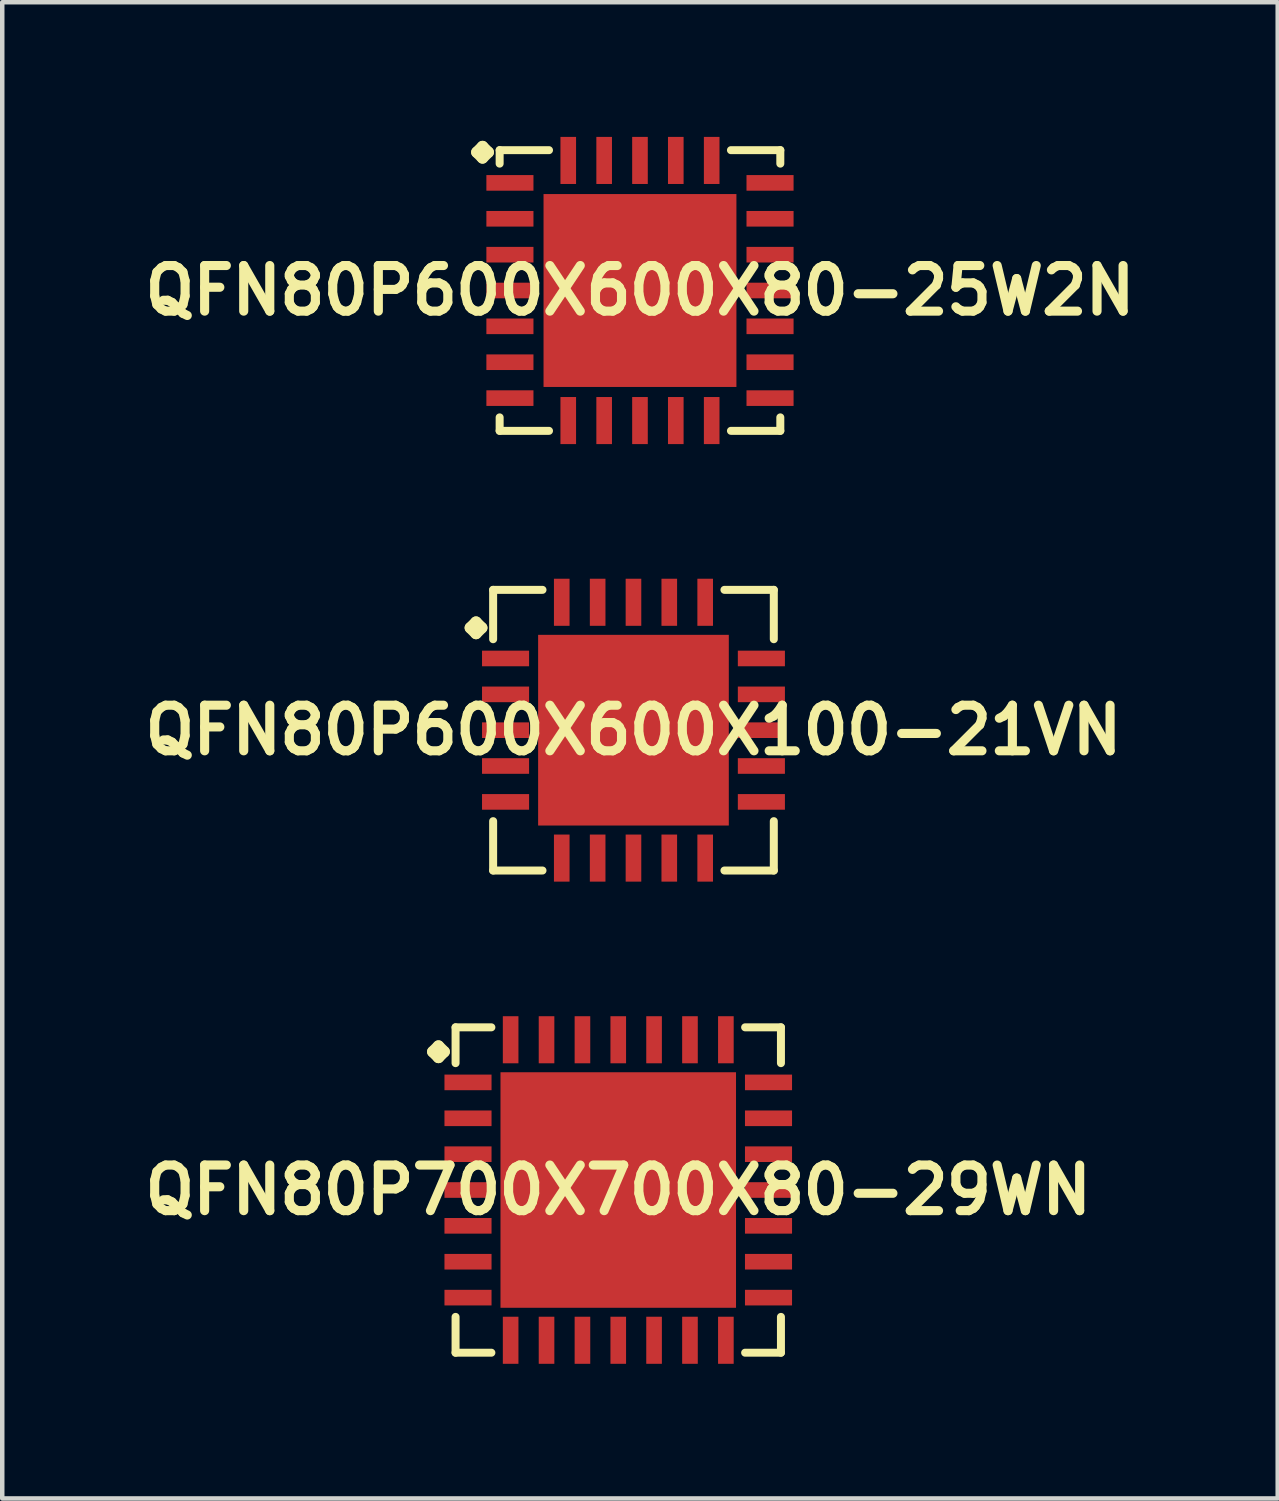
<source format=kicad_pcb>
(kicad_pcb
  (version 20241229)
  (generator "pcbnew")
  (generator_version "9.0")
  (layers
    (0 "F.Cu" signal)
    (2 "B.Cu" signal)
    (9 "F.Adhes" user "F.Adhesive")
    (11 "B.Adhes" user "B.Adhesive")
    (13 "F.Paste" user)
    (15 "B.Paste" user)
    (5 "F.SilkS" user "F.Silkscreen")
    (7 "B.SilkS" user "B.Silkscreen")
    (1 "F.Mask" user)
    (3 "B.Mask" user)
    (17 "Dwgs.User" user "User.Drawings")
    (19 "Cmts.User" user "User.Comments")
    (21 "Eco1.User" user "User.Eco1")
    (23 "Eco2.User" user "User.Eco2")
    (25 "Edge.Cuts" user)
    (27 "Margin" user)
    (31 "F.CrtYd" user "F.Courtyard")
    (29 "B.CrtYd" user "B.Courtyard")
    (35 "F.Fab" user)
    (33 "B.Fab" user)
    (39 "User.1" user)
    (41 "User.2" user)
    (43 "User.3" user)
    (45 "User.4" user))
  (footprint "QFN80P700X700X80-29WN"
    (layer "F.Cu")
    (at 10.726 23.466)
    (property "Reference" "QFN80P700X700X80-29WN" (at 0 0 0) (layer "F.SilkS") (effects (font (size 1.016 1.016) (thickness 0.203))))
    (attr smd)
    (fp_line (start -4.133 -3.081) (end -4.006 -3.208) (stroke (width 0.254) (type solid)) (layer "F.SilkS"))
    (fp_line (start -4.006 -3.208) (end -3.879 -3.081) (stroke (width 0.254) (type solid)) (layer "F.SilkS"))
    (fp_line (start -4.006 -2.954) (end -4.133 -3.081) (stroke (width 0.254) (type solid)) (layer "F.SilkS"))
    (fp_line (start -3.879 -3.081) (end -4.006 -2.954) (stroke (width 0.254) (type solid)) (layer "F.SilkS"))
    (fp_line (start -3.625 -3.625) (end -2.827 -3.625) (stroke (width 0.178) (type solid)) (layer "F.SilkS"))
    (fp_line (start -3.625 -2.827) (end -3.625 -3.625) (stroke (width 0.178) (type solid)) (layer "F.SilkS"))
    (fp_line (start -3.625 2.827) (end -3.625 3.625) (stroke (width 0.178) (type solid)) (layer "F.SilkS"))
    (fp_line (start -3.625 3.625) (end -2.827 3.625) (stroke (width 0.178) (type solid)) (layer "F.SilkS"))
    (fp_line (start 2.827 -3.625) (end 3.625 -3.625) (stroke (width 0.178) (type solid)) (layer "F.SilkS"))
    (fp_line (start 2.827 3.625) (end 3.625 3.625) (stroke (width 0.178) (type solid)) (layer "F.SilkS"))
    (fp_line (start 3.625 -3.625) (end 3.625 -2.827) (stroke (width 0.178) (type solid)) (layer "F.SilkS"))
    (fp_line (start 3.625 3.625) (end 3.625 2.827) (stroke (width 0.178) (type solid)) (layer "F.SilkS"))
    (pad "1" smd rect (at -3.348 -2.398) (size 1.049 0.348) (layers "F.Cu" "F.Mask" "F.Paste"))
    (pad "2" smd rect (at -3.348 -1.598) (size 1.049 0.348) (layers "F.Cu" "F.Mask" "F.Paste"))
    (pad "3" smd rect (at -3.348 -0.798) (size 1.049 0.348) (layers "F.Cu" "F.Mask" "F.Paste"))
    (pad "4" smd rect (at -3.348 0) (size 1.049 0.348) (layers "F.Cu" "F.Mask" "F.Paste"))
    (pad "5" smd rect (at -3.348 0.798) (size 1.049 0.348) (layers "F.Cu" "F.Mask" "F.Paste"))
    (pad "6" smd rect (at -3.348 1.598) (size 1.049 0.348) (layers "F.Cu" "F.Mask" "F.Paste"))
    (pad "7" smd rect (at -3.348 2.398) (size 1.049 0.348) (layers "F.Cu" "F.Mask" "F.Paste"))
    (pad "8" smd rect (at -2.398 3.348) (size 0.348 1.049) (layers "F.Cu" "F.Mask" "F.Paste"))
    (pad "9" smd rect (at -1.598 3.348) (size 0.348 1.049) (layers "F.Cu" "F.Mask" "F.Paste"))
    (pad "10" smd rect (at -0.798 3.348) (size 0.348 1.049) (layers "F.Cu" "F.Mask" "F.Paste"))
    (pad "11" smd rect (at 0 3.348) (size 0.348 1.049) (layers "F.Cu" "F.Mask" "F.Paste"))
    (pad "12" smd rect (at 0.798 3.348) (size 0.348 1.049) (layers "F.Cu" "F.Mask" "F.Paste"))
    (pad "13" smd rect (at 1.598 3.348) (size 0.348 1.049) (layers "F.Cu" "F.Mask" "F.Paste"))
    (pad "14" smd rect (at 2.398 3.348) (size 0.348 1.049) (layers "F.Cu" "F.Mask" "F.Paste"))
    (pad "15" smd rect (at 3.348 2.398) (size 1.049 0.348) (layers "F.Cu" "F.Mask" "F.Paste"))
    (pad "16" smd rect (at 3.348 1.598) (size 1.049 0.348) (layers "F.Cu" "F.Mask" "F.Paste"))
    (pad "17" smd rect (at 3.348 0.798) (size 1.049 0.348) (layers "F.Cu" "F.Mask" "F.Paste"))
    (pad "18" smd rect (at 3.348 0) (size 1.049 0.348) (layers "F.Cu" "F.Mask" "F.Paste"))
    (pad "19" smd rect (at 3.348 -0.798) (size 1.049 0.348) (layers "F.Cu" "F.Mask" "F.Paste"))
    (pad "20" smd rect (at 3.348 -1.598) (size 1.049 0.348) (layers "F.Cu" "F.Mask" "F.Paste"))
    (pad "21" smd rect (at 3.348 -2.398) (size 1.049 0.348) (layers "F.Cu" "F.Mask" "F.Paste"))
    (pad "22" smd rect (at 2.398 -3.348) (size 0.348 1.049) (layers "F.Cu" "F.Mask" "F.Paste"))
    (pad "23" smd rect (at 1.598 -3.348) (size 0.348 1.049) (layers "F.Cu" "F.Mask" "F.Paste"))
    (pad "24" smd rect (at 0.798 -3.348) (size 0.348 1.049) (layers "F.Cu" "F.Mask" "F.Paste"))
    (pad "25" smd rect (at 0 -3.348) (size 0.348 1.049) (layers "F.Cu" "F.Mask" "F.Paste"))
    (pad "26" smd rect (at -0.798 -3.348) (size 0.348 1.049) (layers "F.Cu" "F.Mask" "F.Paste"))
    (pad "27" smd rect (at -1.598 -3.348) (size 0.348 1.049) (layers "F.Cu" "F.Mask" "F.Paste"))
    (pad "28" smd rect (at -2.398 -3.348) (size 0.348 1.049) (layers "F.Cu" "F.Mask" "F.Paste"))
    (pad "29" smd rect (at 0 0) (size 5.248 5.248) (layers "F.Cu" "F.Mask" "F.Paste")))
  (footprint "QFN80P600X600X80-25W2N"
    (layer "F.Cu")
    (at 11.21 3.423)
    (property "Reference" "QFN80P600X600X80-25W2N" (at 0 0 0) (layer "F.SilkS") (effects (font (size 1.016 1.016) (thickness 0.203))))
    (attr smd)
    (fp_line (start -3.635 -3.081) (end -3.508 -3.208) (stroke (width 0.254) (type solid)) (layer "F.SilkS"))
    (fp_line (start -3.508 -3.208) (end -3.381 -3.081) (stroke (width 0.254) (type solid)) (layer "F.SilkS"))
    (fp_line (start -3.508 -2.954) (end -3.635 -3.081) (stroke (width 0.254) (type solid)) (layer "F.SilkS"))
    (fp_line (start -3.381 -3.081) (end -3.508 -2.954) (stroke (width 0.254) (type solid)) (layer "F.SilkS"))
    (fp_line (start -3.127 -3.127) (end -2.027 -3.127) (stroke (width 0.178) (type solid)) (layer "F.SilkS"))
    (fp_line (start -3.127 -2.827) (end -3.127 -3.127) (stroke (width 0.178) (type solid)) (layer "F.SilkS"))
    (fp_line (start -3.127 2.827) (end -3.127 3.127) (stroke (width 0.178) (type solid)) (layer "F.SilkS"))
    (fp_line (start -3.127 3.127) (end -2.027 3.127) (stroke (width 0.178) (type solid)) (layer "F.SilkS"))
    (fp_line (start 2.027 -3.127) (end 3.127 -3.127) (stroke (width 0.178) (type solid)) (layer "F.SilkS"))
    (fp_line (start 2.027 3.127) (end 3.127 3.127) (stroke (width 0.178) (type solid)) (layer "F.SilkS"))
    (fp_line (start 3.127 -3.127) (end 3.127 -2.827) (stroke (width 0.178) (type solid)) (layer "F.SilkS"))
    (fp_line (start 3.127 3.127) (end 3.127 2.827) (stroke (width 0.178) (type solid)) (layer "F.SilkS"))
    (pad "1" smd rect (at -2.898 -2.398) (size 1.049 0.348) (layers "F.Cu" "F.Mask" "F.Paste"))
    (pad "2" smd rect (at -2.898 -1.598) (size 1.049 0.348) (layers "F.Cu" "F.Mask" "F.Paste"))
    (pad "3" smd rect (at -2.898 -0.798) (size 1.049 0.348) (layers "F.Cu" "F.Mask" "F.Paste"))
    (pad "4" smd rect (at -2.898 0) (size 1.049 0.348) (layers "F.Cu" "F.Mask" "F.Paste"))
    (pad "5" smd rect (at -2.898 0.798) (size 1.049 0.348) (layers "F.Cu" "F.Mask" "F.Paste"))
    (pad "6" smd rect (at -2.898 1.598) (size 1.049 0.348) (layers "F.Cu" "F.Mask" "F.Paste"))
    (pad "7" smd rect (at -2.898 2.398) (size 1.049 0.348) (layers "F.Cu" "F.Mask" "F.Paste"))
    (pad "8" smd rect (at -1.598 2.898) (size 0.348 1.049) (layers "F.Cu" "F.Mask" "F.Paste"))
    (pad "9" smd rect (at -0.798 2.898) (size 0.348 1.049) (layers "F.Cu" "F.Mask" "F.Paste"))
    (pad "10" smd rect (at 0 2.898) (size 0.348 1.049) (layers "F.Cu" "F.Mask" "F.Paste"))
    (pad "11" smd rect (at 0.798 2.898) (size 0.348 1.049) (layers "F.Cu" "F.Mask" "F.Paste"))
    (pad "12" smd rect (at 1.598 2.898) (size 0.348 1.049) (layers "F.Cu" "F.Mask" "F.Paste"))
    (pad "13" smd rect (at 2.898 2.398) (size 1.049 0.348) (layers "F.Cu" "F.Mask" "F.Paste"))
    (pad "14" smd rect (at 2.898 1.598) (size 1.049 0.348) (layers "F.Cu" "F.Mask" "F.Paste"))
    (pad "15" smd rect (at 2.898 0.798) (size 1.049 0.348) (layers "F.Cu" "F.Mask" "F.Paste"))
    (pad "16" smd rect (at 2.898 0) (size 1.049 0.348) (layers "F.Cu" "F.Mask" "F.Paste"))
    (pad "17" smd rect (at 2.898 -0.798) (size 1.049 0.348) (layers "F.Cu" "F.Mask" "F.Paste"))
    (pad "18" smd rect (at 2.898 -1.598) (size 1.049 0.348) (layers "F.Cu" "F.Mask" "F.Paste"))
    (pad "19" smd rect (at 2.898 -2.398) (size 1.049 0.348) (layers "F.Cu" "F.Mask" "F.Paste"))
    (pad "20" smd rect (at 1.598 -2.898) (size 0.348 1.049) (layers "F.Cu" "F.Mask" "F.Paste"))
    (pad "21" smd rect (at 0.798 -2.898) (size 0.348 1.049) (layers "F.Cu" "F.Mask" "F.Paste"))
    (pad "22" smd rect (at 0 -2.898) (size 0.348 1.049) (layers "F.Cu" "F.Mask" "F.Paste"))
    (pad "23" smd rect (at -0.798 -2.898) (size 0.348 1.049) (layers "F.Cu" "F.Mask" "F.Paste"))
    (pad "24" smd rect (at -1.598 -2.898) (size 0.348 1.049) (layers "F.Cu" "F.Mask" "F.Paste"))
    (pad "25" smd rect (at 0 0) (size 4.298 4.298) (layers "F.Cu" "F.Mask" "F.Paste")))
  (footprint "QFN80P600X600X100-21VN"
    (layer "F.Cu")
    (at 11.065 13.22)
    (property "Reference" "QFN80P600X600X100-21VN" (at 0 0 0) (layer "F.SilkS") (effects (font (size 1.016 1.016) (thickness 0.203))))
    (attr smd)
    (fp_line (start -3.635 -2.281) (end -3.508 -2.408) (stroke (width 0.254) (type solid)) (layer "F.SilkS"))
    (fp_line (start -3.508 -2.408) (end -3.381 -2.281) (stroke (width 0.254) (type solid)) (layer "F.SilkS"))
    (fp_line (start -3.508 -2.154) (end -3.635 -2.281) (stroke (width 0.254) (type solid)) (layer "F.SilkS"))
    (fp_line (start -3.381 -2.281) (end -3.508 -2.154) (stroke (width 0.254) (type solid)) (layer "F.SilkS"))
    (fp_line (start -3.127 -3.127) (end -2.027 -3.127) (stroke (width 0.178) (type solid)) (layer "F.SilkS"))
    (fp_line (start -3.127 -2.027) (end -3.127 -3.127) (stroke (width 0.178) (type solid)) (layer "F.SilkS"))
    (fp_line (start -3.127 2.027) (end -3.127 3.127) (stroke (width 0.178) (type solid)) (layer "F.SilkS"))
    (fp_line (start -3.127 3.127) (end -2.027 3.127) (stroke (width 0.178) (type solid)) (layer "F.SilkS"))
    (fp_line (start 2.027 -3.127) (end 3.127 -3.127) (stroke (width 0.178) (type solid)) (layer "F.SilkS"))
    (fp_line (start 2.027 3.127) (end 3.127 3.127) (stroke (width 0.178) (type solid)) (layer "F.SilkS"))
    (fp_line (start 3.127 -3.127) (end 3.127 -2.027) (stroke (width 0.178) (type solid)) (layer "F.SilkS"))
    (fp_line (start 3.127 3.127) (end 3.127 2.027) (stroke (width 0.178) (type solid)) (layer "F.SilkS"))
    (pad "1" smd rect (at -2.85 -1.598) (size 1.049 0.348) (layers "F.Cu" "F.Mask" "F.Paste"))
    (pad "2" smd rect (at -2.85 -0.798) (size 1.049 0.348) (layers "F.Cu" "F.Mask" "F.Paste"))
    (pad "3" smd rect (at -2.85 0) (size 1.049 0.348) (layers "F.Cu" "F.Mask" "F.Paste"))
    (pad "4" smd rect (at -2.85 0.798) (size 1.049 0.348) (layers "F.Cu" "F.Mask" "F.Paste"))
    (pad "5" smd rect (at -2.85 1.598) (size 1.049 0.348) (layers "F.Cu" "F.Mask" "F.Paste"))
    (pad "6" smd rect (at -1.598 2.85) (size 0.348 1.049) (layers "F.Cu" "F.Mask" "F.Paste"))
    (pad "7" smd rect (at -0.798 2.85) (size 0.348 1.049) (layers "F.Cu" "F.Mask" "F.Paste"))
    (pad "8" smd rect (at 0 2.85) (size 0.348 1.049) (layers "F.Cu" "F.Mask" "F.Paste"))
    (pad "9" smd rect (at 0.798 2.85) (size 0.348 1.049) (layers "F.Cu" "F.Mask" "F.Paste"))
    (pad "10" smd rect (at 1.598 2.85) (size 0.348 1.049) (layers "F.Cu" "F.Mask" "F.Paste"))
    (pad "11" smd rect (at 2.85 1.598) (size 1.049 0.348) (layers "F.Cu" "F.Mask" "F.Paste"))
    (pad "12" smd rect (at 2.85 0.798) (size 1.049 0.348) (layers "F.Cu" "F.Mask" "F.Paste"))
    (pad "13" smd rect (at 2.85 0) (size 1.049 0.348) (layers "F.Cu" "F.Mask" "F.Paste"))
    (pad "14" smd rect (at 2.85 -0.798) (size 1.049 0.348) (layers "F.Cu" "F.Mask" "F.Paste"))
    (pad "15" smd rect (at 2.85 -1.598) (size 1.049 0.348) (layers "F.Cu" "F.Mask" "F.Paste"))
    (pad "16" smd rect (at 1.598 -2.85) (size 0.348 1.049) (layers "F.Cu" "F.Mask" "F.Paste"))
    (pad "17" smd rect (at 0.798 -2.85) (size 0.348 1.049) (layers "F.Cu" "F.Mask" "F.Paste"))
    (pad "18" smd rect (at 0 -2.85) (size 0.348 1.049) (layers "F.Cu" "F.Mask" "F.Paste"))
    (pad "19" smd rect (at -0.798 -2.85) (size 0.348 1.049) (layers "F.Cu" "F.Mask" "F.Paste"))
    (pad "20" smd rect (at -1.598 -2.85) (size 0.348 1.049) (layers "F.Cu" "F.Mask" "F.Paste"))
    (pad "21" smd rect (at 0 0) (size 4.249 4.249) (layers "F.Cu" "F.Mask" "F.Paste")))
  (gr_rect
    (start -3 -3)
    (end 25.42 30.339)
    (stroke (width 0.1) (type default))
    (fill no)
    (layer "Edge.Cuts")))
</source>
